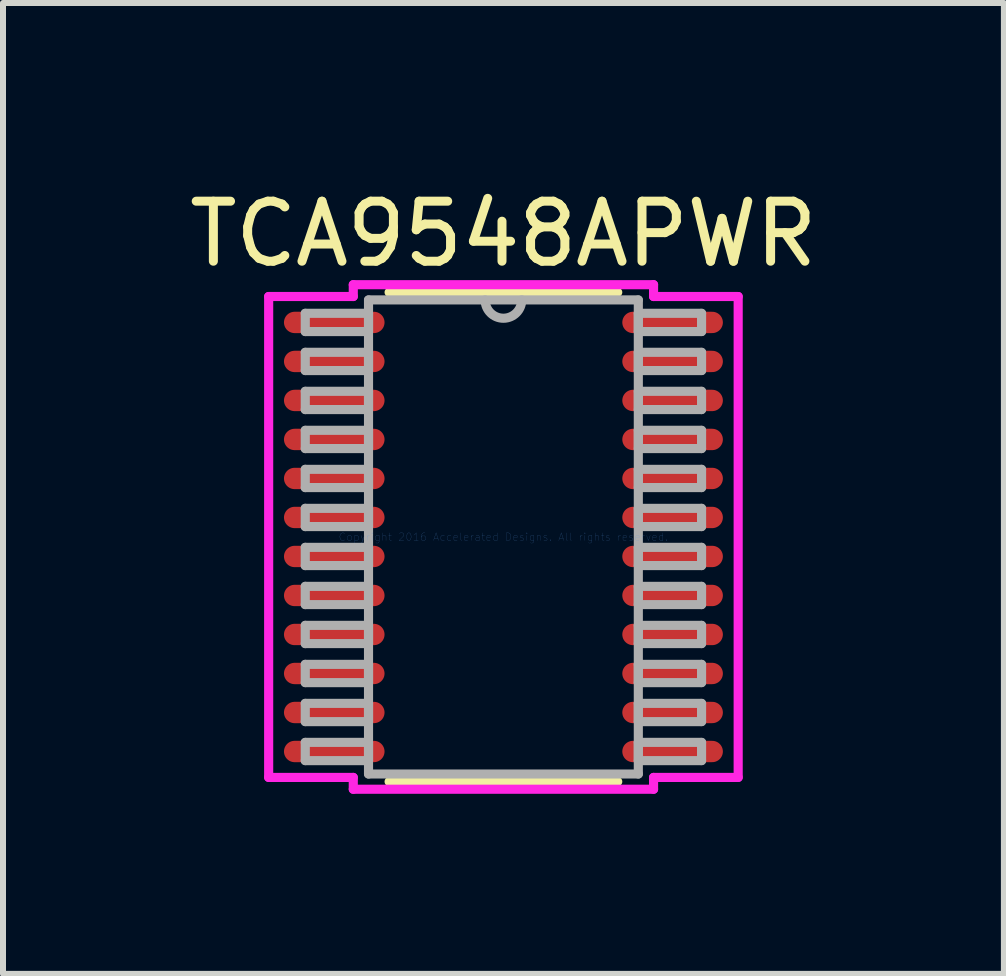
<source format=kicad_pcb>
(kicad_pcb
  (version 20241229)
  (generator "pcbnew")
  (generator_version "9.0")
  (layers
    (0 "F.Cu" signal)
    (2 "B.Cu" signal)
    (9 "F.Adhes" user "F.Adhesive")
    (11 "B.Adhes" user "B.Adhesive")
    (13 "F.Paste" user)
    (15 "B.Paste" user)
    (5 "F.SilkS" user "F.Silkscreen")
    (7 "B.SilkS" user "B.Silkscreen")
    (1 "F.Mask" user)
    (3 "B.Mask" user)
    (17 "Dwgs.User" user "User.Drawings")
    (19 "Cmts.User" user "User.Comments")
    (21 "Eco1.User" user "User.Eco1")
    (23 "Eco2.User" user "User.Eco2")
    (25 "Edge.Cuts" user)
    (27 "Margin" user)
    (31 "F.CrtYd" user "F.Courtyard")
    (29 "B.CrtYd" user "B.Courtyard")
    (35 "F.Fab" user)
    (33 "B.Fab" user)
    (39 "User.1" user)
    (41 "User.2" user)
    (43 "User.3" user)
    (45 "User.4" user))
  (footprint "TCA9548APWR"
    (layer "F.Cu")
    (at 5.339 5.898)
    (property "Reference" "TCA9548APWR" (at 0 -5.05 0) (layer "F.SilkS") (effects (font (size 1 1) (thickness 0.15))))
    (attr through_hole)
    (fp_line (start -1.905 4.077) (end 1.905 4.077) (stroke (width 0.152) (type solid)) (layer "F.SilkS"))
    (fp_line (start 1.905 -4.077) (end -1.905 -4.077) (stroke (width 0.152) (type solid)) (layer "F.SilkS"))
    (fp_line (start -3.912 -4.007) (end -2.502 -4.007) (stroke (width 0.152) (type solid)) (layer "F.CrtYd"))
    (fp_line (start -3.912 4.007) (end -3.912 -4.007) (stroke (width 0.152) (type solid)) (layer "F.CrtYd"))
    (fp_line (start -2.502 -4.204) (end 2.502 -4.204) (stroke (width 0.152) (type solid)) (layer "F.CrtYd"))
    (fp_line (start -2.502 -4.007) (end -2.502 -4.204) (stroke (width 0.152) (type solid)) (layer "F.CrtYd"))
    (fp_line (start -2.502 4.007) (end -3.912 4.007) (stroke (width 0.152) (type solid)) (layer "F.CrtYd"))
    (fp_line (start -2.502 4.204) (end -2.502 4.007) (stroke (width 0.152) (type solid)) (layer "F.CrtYd"))
    (fp_line (start 2.502 -4.204) (end 2.502 -4.007) (stroke (width 0.152) (type solid)) (layer "F.CrtYd"))
    (fp_line (start 2.502 -4.007) (end 3.912 -4.007) (stroke (width 0.152) (type solid)) (layer "F.CrtYd"))
    (fp_line (start 2.502 4.007) (end 2.502 4.204) (stroke (width 0.152) (type solid)) (layer "F.CrtYd"))
    (fp_line (start 2.502 4.204) (end -2.502 4.204) (stroke (width 0.152) (type solid)) (layer "F.CrtYd"))
    (fp_line (start 3.912 -4.007) (end 3.912 4.007) (stroke (width 0.152) (type solid)) (layer "F.CrtYd"))
    (fp_line (start 3.912 4.007) (end 2.502 4.007) (stroke (width 0.152) (type solid)) (layer "F.CrtYd"))
    (fp_line (start -3.302 -3.727) (end -3.302 -3.423) (stroke (width 0.152) (type solid)) (layer "F.Fab"))
    (fp_line (start -3.302 -3.423) (end -2.248 -3.423) (stroke (width 0.152) (type solid)) (layer "F.Fab"))
    (fp_line (start -3.302 -3.077) (end -3.302 -2.773) (stroke (width 0.152) (type solid)) (layer "F.Fab"))
    (fp_line (start -3.302 -2.773) (end -2.248 -2.773) (stroke (width 0.152) (type solid)) (layer "F.Fab"))
    (fp_line (start -3.302 -2.427) (end -3.302 -2.123) (stroke (width 0.152) (type solid)) (layer "F.Fab"))
    (fp_line (start -3.302 -2.123) (end -2.248 -2.123) (stroke (width 0.152) (type solid)) (layer "F.Fab"))
    (fp_line (start -3.302 -1.777) (end -3.302 -1.473) (stroke (width 0.152) (type solid)) (layer "F.Fab"))
    (fp_line (start -3.302 -1.473) (end -2.248 -1.473) (stroke (width 0.152) (type solid)) (layer "F.Fab"))
    (fp_line (start -3.302 -1.127) (end -3.302 -0.823) (stroke (width 0.152) (type solid)) (layer "F.Fab"))
    (fp_line (start -3.302 -0.823) (end -2.248 -0.823) (stroke (width 0.152) (type solid)) (layer "F.Fab"))
    (fp_line (start -3.302 -0.477) (end -3.302 -0.173) (stroke (width 0.152) (type solid)) (layer "F.Fab"))
    (fp_line (start -3.302 -0.173) (end -2.248 -0.173) (stroke (width 0.152) (type solid)) (layer "F.Fab"))
    (fp_line (start -3.302 0.173) (end -3.302 0.477) (stroke (width 0.152) (type solid)) (layer "F.Fab"))
    (fp_line (start -3.302 0.477) (end -2.248 0.477) (stroke (width 0.152) (type solid)) (layer "F.Fab"))
    (fp_line (start -3.302 0.823) (end -3.302 1.127) (stroke (width 0.152) (type solid)) (layer "F.Fab"))
    (fp_line (start -3.302 1.127) (end -2.248 1.127) (stroke (width 0.152) (type solid)) (layer "F.Fab"))
    (fp_line (start -3.302 1.473) (end -3.302 1.777) (stroke (width 0.152) (type solid)) (layer "F.Fab"))
    (fp_line (start -3.302 1.777) (end -2.248 1.777) (stroke (width 0.152) (type solid)) (layer "F.Fab"))
    (fp_line (start -3.302 2.123) (end -3.302 2.427) (stroke (width 0.152) (type solid)) (layer "F.Fab"))
    (fp_line (start -3.302 2.427) (end -2.248 2.427) (stroke (width 0.152) (type solid)) (layer "F.Fab"))
    (fp_line (start -3.302 2.773) (end -3.302 3.077) (stroke (width 0.152) (type solid)) (layer "F.Fab"))
    (fp_line (start -3.302 3.077) (end -2.248 3.077) (stroke (width 0.152) (type solid)) (layer "F.Fab"))
    (fp_line (start -3.302 3.423) (end -3.302 3.727) (stroke (width 0.152) (type solid)) (layer "F.Fab"))
    (fp_line (start -3.302 3.727) (end -2.248 3.727) (stroke (width 0.152) (type solid)) (layer "F.Fab"))
    (fp_line (start -2.248 -3.95) (end -2.248 3.95) (stroke (width 0.152) (type solid)) (layer "F.Fab"))
    (fp_line (start -2.248 -3.727) (end -3.302 -3.727) (stroke (width 0.152) (type solid)) (layer "F.Fab"))
    (fp_line (start -2.248 -3.423) (end -2.248 -3.727) (stroke (width 0.152) (type solid)) (layer "F.Fab"))
    (fp_line (start -2.248 -3.077) (end -3.302 -3.077) (stroke (width 0.152) (type solid)) (layer "F.Fab"))
    (fp_line (start -2.248 -2.773) (end -2.248 -3.077) (stroke (width 0.152) (type solid)) (layer "F.Fab"))
    (fp_line (start -2.248 -2.427) (end -3.302 -2.427) (stroke (width 0.152) (type solid)) (layer "F.Fab"))
    (fp_line (start -2.248 -2.123) (end -2.248 -2.427) (stroke (width 0.152) (type solid)) (layer "F.Fab"))
    (fp_line (start -2.248 -1.777) (end -3.302 -1.777) (stroke (width 0.152) (type solid)) (layer "F.Fab"))
    (fp_line (start -2.248 -1.473) (end -2.248 -1.777) (stroke (width 0.152) (type solid)) (layer "F.Fab"))
    (fp_line (start -2.248 -1.127) (end -3.302 -1.127) (stroke (width 0.152) (type solid)) (layer "F.Fab"))
    (fp_line (start -2.248 -0.823) (end -2.248 -1.127) (stroke (width 0.152) (type solid)) (layer "F.Fab"))
    (fp_line (start -2.248 -0.477) (end -3.302 -0.477) (stroke (width 0.152) (type solid)) (layer "F.Fab"))
    (fp_line (start -2.248 -0.173) (end -2.248 -0.477) (stroke (width 0.152) (type solid)) (layer "F.Fab"))
    (fp_line (start -2.248 0.173) (end -3.302 0.173) (stroke (width 0.152) (type solid)) (layer "F.Fab"))
    (fp_line (start -2.248 0.477) (end -2.248 0.173) (stroke (width 0.152) (type solid)) (layer "F.Fab"))
    (fp_line (start -2.248 0.823) (end -3.302 0.823) (stroke (width 0.152) (type solid)) (layer "F.Fab"))
    (fp_line (start -2.248 1.127) (end -2.248 0.823) (stroke (width 0.152) (type solid)) (layer "F.Fab"))
    (fp_line (start -2.248 1.473) (end -3.302 1.473) (stroke (width 0.152) (type solid)) (layer "F.Fab"))
    (fp_line (start -2.248 1.777) (end -2.248 1.473) (stroke (width 0.152) (type solid)) (layer "F.Fab"))
    (fp_line (start -2.248 2.123) (end -3.302 2.123) (stroke (width 0.152) (type solid)) (layer "F.Fab"))
    (fp_line (start -2.248 2.427) (end -2.248 2.123) (stroke (width 0.152) (type solid)) (layer "F.Fab"))
    (fp_line (start -2.248 2.773) (end -3.302 2.773) (stroke (width 0.152) (type solid)) (layer "F.Fab"))
    (fp_line (start -2.248 3.077) (end -2.248 2.773) (stroke (width 0.152) (type solid)) (layer "F.Fab"))
    (fp_line (start -2.248 3.423) (end -3.302 3.423) (stroke (width 0.152) (type solid)) (layer "F.Fab"))
    (fp_line (start -2.248 3.727) (end -2.248 3.423) (stroke (width 0.152) (type solid)) (layer "F.Fab"))
    (fp_line (start -2.248 3.95) (end 2.248 3.95) (stroke (width 0.152) (type solid)) (layer "F.Fab"))
    (fp_line (start 2.248 -3.95) (end -2.248 -3.95) (stroke (width 0.152) (type solid)) (layer "F.Fab"))
    (fp_line (start 2.248 -3.727) (end 2.248 -3.423) (stroke (width 0.152) (type solid)) (layer "F.Fab"))
    (fp_line (start 2.248 -3.423) (end 3.302 -3.423) (stroke (width 0.152) (type solid)) (layer "F.Fab"))
    (fp_line (start 2.248 -3.077) (end 2.248 -2.773) (stroke (width 0.152) (type solid)) (layer "F.Fab"))
    (fp_line (start 2.248 -2.773) (end 3.302 -2.773) (stroke (width 0.152) (type solid)) (layer "F.Fab"))
    (fp_line (start 2.248 -2.427) (end 2.248 -2.123) (stroke (width 0.152) (type solid)) (layer "F.Fab"))
    (fp_line (start 2.248 -2.123) (end 3.302 -2.123) (stroke (width 0.152) (type solid)) (layer "F.Fab"))
    (fp_line (start 2.248 -1.777) (end 2.248 -1.473) (stroke (width 0.152) (type solid)) (layer "F.Fab"))
    (fp_line (start 2.248 -1.473) (end 3.302 -1.473) (stroke (width 0.152) (type solid)) (layer "F.Fab"))
    (fp_line (start 2.248 -1.127) (end 2.248 -0.823) (stroke (width 0.152) (type solid)) (layer "F.Fab"))
    (fp_line (start 2.248 -0.823) (end 3.302 -0.823) (stroke (width 0.152) (type solid)) (layer "F.Fab"))
    (fp_line (start 2.248 -0.477) (end 2.248 -0.173) (stroke (width 0.152) (type solid)) (layer "F.Fab"))
    (fp_line (start 2.248 -0.173) (end 3.302 -0.173) (stroke (width 0.152) (type solid)) (layer "F.Fab"))
    (fp_line (start 2.248 0.173) (end 2.248 0.477) (stroke (width 0.152) (type solid)) (layer "F.Fab"))
    (fp_line (start 2.248 0.477) (end 3.302 0.477) (stroke (width 0.152) (type solid)) (layer "F.Fab"))
    (fp_line (start 2.248 0.823) (end 2.248 1.127) (stroke (width 0.152) (type solid)) (layer "F.Fab"))
    (fp_line (start 2.248 1.127) (end 3.302 1.127) (stroke (width 0.152) (type solid)) (layer "F.Fab"))
    (fp_line (start 2.248 1.473) (end 2.248 1.777) (stroke (width 0.152) (type solid)) (layer "F.Fab"))
    (fp_line (start 2.248 1.777) (end 3.302 1.777) (stroke (width 0.152) (type solid)) (layer "F.Fab"))
    (fp_line (start 2.248 2.123) (end 2.248 2.427) (stroke (width 0.152) (type solid)) (layer "F.Fab"))
    (fp_line (start 2.248 2.427) (end 3.302 2.427) (stroke (width 0.152) (type solid)) (layer "F.Fab"))
    (fp_line (start 2.248 2.773) (end 2.248 3.077) (stroke (width 0.152) (type solid)) (layer "F.Fab"))
    (fp_line (start 2.248 3.077) (end 3.302 3.077) (stroke (width 0.152) (type solid)) (layer "F.Fab"))
    (fp_line (start 2.248 3.423) (end 2.248 3.727) (stroke (width 0.152) (type solid)) (layer "F.Fab"))
    (fp_line (start 2.248 3.727) (end 3.302 3.727) (stroke (width 0.152) (type solid)) (layer "F.Fab"))
    (fp_line (start 2.248 3.95) (end 2.248 -3.95) (stroke (width 0.152) (type solid)) (layer "F.Fab"))
    (fp_line (start 3.302 -3.727) (end 2.248 -3.727) (stroke (width 0.152) (type solid)) (layer "F.Fab"))
    (fp_line (start 3.302 -3.423) (end 3.302 -3.727) (stroke (width 0.152) (type solid)) (layer "F.Fab"))
    (fp_line (start 3.302 -3.077) (end 2.248 -3.077) (stroke (width 0.152) (type solid)) (layer "F.Fab"))
    (fp_line (start 3.302 -2.773) (end 3.302 -3.077) (stroke (width 0.152) (type solid)) (layer "F.Fab"))
    (fp_line (start 3.302 -2.427) (end 2.248 -2.427) (stroke (width 0.152) (type solid)) (layer "F.Fab"))
    (fp_line (start 3.302 -2.123) (end 3.302 -2.427) (stroke (width 0.152) (type solid)) (layer "F.Fab"))
    (fp_line (start 3.302 -1.777) (end 2.248 -1.777) (stroke (width 0.152) (type solid)) (layer "F.Fab"))
    (fp_line (start 3.302 -1.473) (end 3.302 -1.777) (stroke (width 0.152) (type solid)) (layer "F.Fab"))
    (fp_line (start 3.302 -1.127) (end 2.248 -1.127) (stroke (width 0.152) (type solid)) (layer "F.Fab"))
    (fp_line (start 3.302 -0.823) (end 3.302 -1.127) (stroke (width 0.152) (type solid)) (layer "F.Fab"))
    (fp_line (start 3.302 -0.477) (end 2.248 -0.477) (stroke (width 0.152) (type solid)) (layer "F.Fab"))
    (fp_line (start 3.302 -0.173) (end 3.302 -0.477) (stroke (width 0.152) (type solid)) (layer "F.Fab"))
    (fp_line (start 3.302 0.173) (end 2.248 0.173) (stroke (width 0.152) (type solid)) (layer "F.Fab"))
    (fp_line (start 3.302 0.477) (end 3.302 0.173) (stroke (width 0.152) (type solid)) (layer "F.Fab"))
    (fp_line (start 3.302 0.823) (end 2.248 0.823) (stroke (width 0.152) (type solid)) (layer "F.Fab"))
    (fp_line (start 3.302 1.127) (end 3.302 0.823) (stroke (width 0.152) (type solid)) (layer "F.Fab"))
    (fp_line (start 3.302 1.473) (end 2.248 1.473) (stroke (width 0.152) (type solid)) (layer "F.Fab"))
    (fp_line (start 3.302 1.777) (end 3.302 1.473) (stroke (width 0.152) (type solid)) (layer "F.Fab"))
    (fp_line (start 3.302 2.123) (end 2.248 2.123) (stroke (width 0.152) (type solid)) (layer "F.Fab"))
    (fp_line (start 3.302 2.427) (end 3.302 2.123) (stroke (width 0.152) (type solid)) (layer "F.Fab"))
    (fp_line (start 3.302 2.773) (end 2.248 2.773) (stroke (width 0.152) (type solid)) (layer "F.Fab"))
    (fp_line (start 3.302 3.077) (end 3.302 2.773) (stroke (width 0.152) (type solid)) (layer "F.Fab"))
    (fp_line (start 3.302 3.423) (end 2.248 3.423) (stroke (width 0.152) (type solid)) (layer "F.Fab"))
    (fp_line (start 3.302 3.727) (end 3.302 3.423) (stroke (width 0.152) (type solid)) (layer "F.Fab"))
    (fp_arc (start 0.3048 -3.9497) (mid 0 -3.6449) (end -0.3048 -3.9497) (stroke (width 0.1524) (type solid)) (layer "F.Fab"))
    (fp_text user "Copyright 2016 Accelerated Designs. All rights reserved." (at 0 0 0) (layer "Cmts.User") (effects (font (size 0.127 0.127) (thickness 0.002))))
    (pad "1" smd oval (at -2.819 -3.575) (size 1.676 0.356) (layers "F.Cu" "F.Mask" "F.Paste"))
    (pad "2" smd oval (at -2.819 -2.925) (size 1.676 0.356) (layers "F.Cu" "F.Mask" "F.Paste"))
    (pad "3" smd oval (at -2.819 -2.275) (size 1.676 0.356) (layers "F.Cu" "F.Mask" "F.Paste"))
    (pad "4" smd oval (at -2.819 -1.625) (size 1.676 0.356) (layers "F.Cu" "F.Mask" "F.Paste"))
    (pad "5" smd oval (at -2.819 -0.975) (size 1.676 0.356) (layers "F.Cu" "F.Mask" "F.Paste"))
    (pad "6" smd oval (at -2.819 -0.325) (size 1.676 0.356) (layers "F.Cu" "F.Mask" "F.Paste"))
    (pad "7" smd oval (at -2.819 0.325) (size 1.676 0.356) (layers "F.Cu" "F.Mask" "F.Paste"))
    (pad "8" smd oval (at -2.819 0.975) (size 1.676 0.356) (layers "F.Cu" "F.Mask" "F.Paste"))
    (pad "9" smd oval (at -2.819 1.625) (size 1.676 0.356) (layers "F.Cu" "F.Mask" "F.Paste"))
    (pad "10" smd oval (at -2.819 2.275) (size 1.676 0.356) (layers "F.Cu" "F.Mask" "F.Paste"))
    (pad "11" smd oval (at -2.819 2.925) (size 1.676 0.356) (layers "F.Cu" "F.Mask" "F.Paste"))
    (pad "12" smd oval (at -2.819 3.575) (size 1.676 0.356) (layers "F.Cu" "F.Mask" "F.Paste"))
    (pad "13" smd oval (at 2.819 3.575) (size 1.676 0.356) (layers "F.Cu" "F.Mask" "F.Paste"))
    (pad "14" smd oval (at 2.819 2.925) (size 1.676 0.356) (layers "F.Cu" "F.Mask" "F.Paste"))
    (pad "15" smd oval (at 2.819 2.275) (size 1.676 0.356) (layers "F.Cu" "F.Mask" "F.Paste"))
    (pad "16" smd oval (at 2.819 1.625) (size 1.676 0.356) (layers "F.Cu" "F.Mask" "F.Paste"))
    (pad "17" smd oval (at 2.819 0.975) (size 1.676 0.356) (layers "F.Cu" "F.Mask" "F.Paste"))
    (pad "18" smd oval (at 2.819 0.325) (size 1.676 0.356) (layers "F.Cu" "F.Mask" "F.Paste"))
    (pad "19" smd oval (at 2.819 -0.325) (size 1.676 0.356) (layers "F.Cu" "F.Mask" "F.Paste"))
    (pad "20" smd oval (at 2.819 -0.975) (size 1.676 0.356) (layers "F.Cu" "F.Mask" "F.Paste"))
    (pad "21" smd oval (at 2.819 -1.625) (size 1.676 0.356) (layers "F.Cu" "F.Mask" "F.Paste"))
    (pad "22" smd oval (at 2.819 -2.275) (size 1.676 0.356) (layers "F.Cu" "F.Mask" "F.Paste"))
    (pad "23" smd oval (at 2.819 -2.925) (size 1.676 0.356) (layers "F.Cu" "F.Mask" "F.Paste"))
    (pad "24" smd oval (at 2.819 -3.575) (size 1.676 0.356) (layers "F.Cu" "F.Mask" "F.Paste")))
  (gr_rect
    (start -3 -3)
    (end 13.679 13.178)
    (stroke (width 0.1) (type default))
    (fill no)
    (layer "Edge.Cuts")))
</source>
